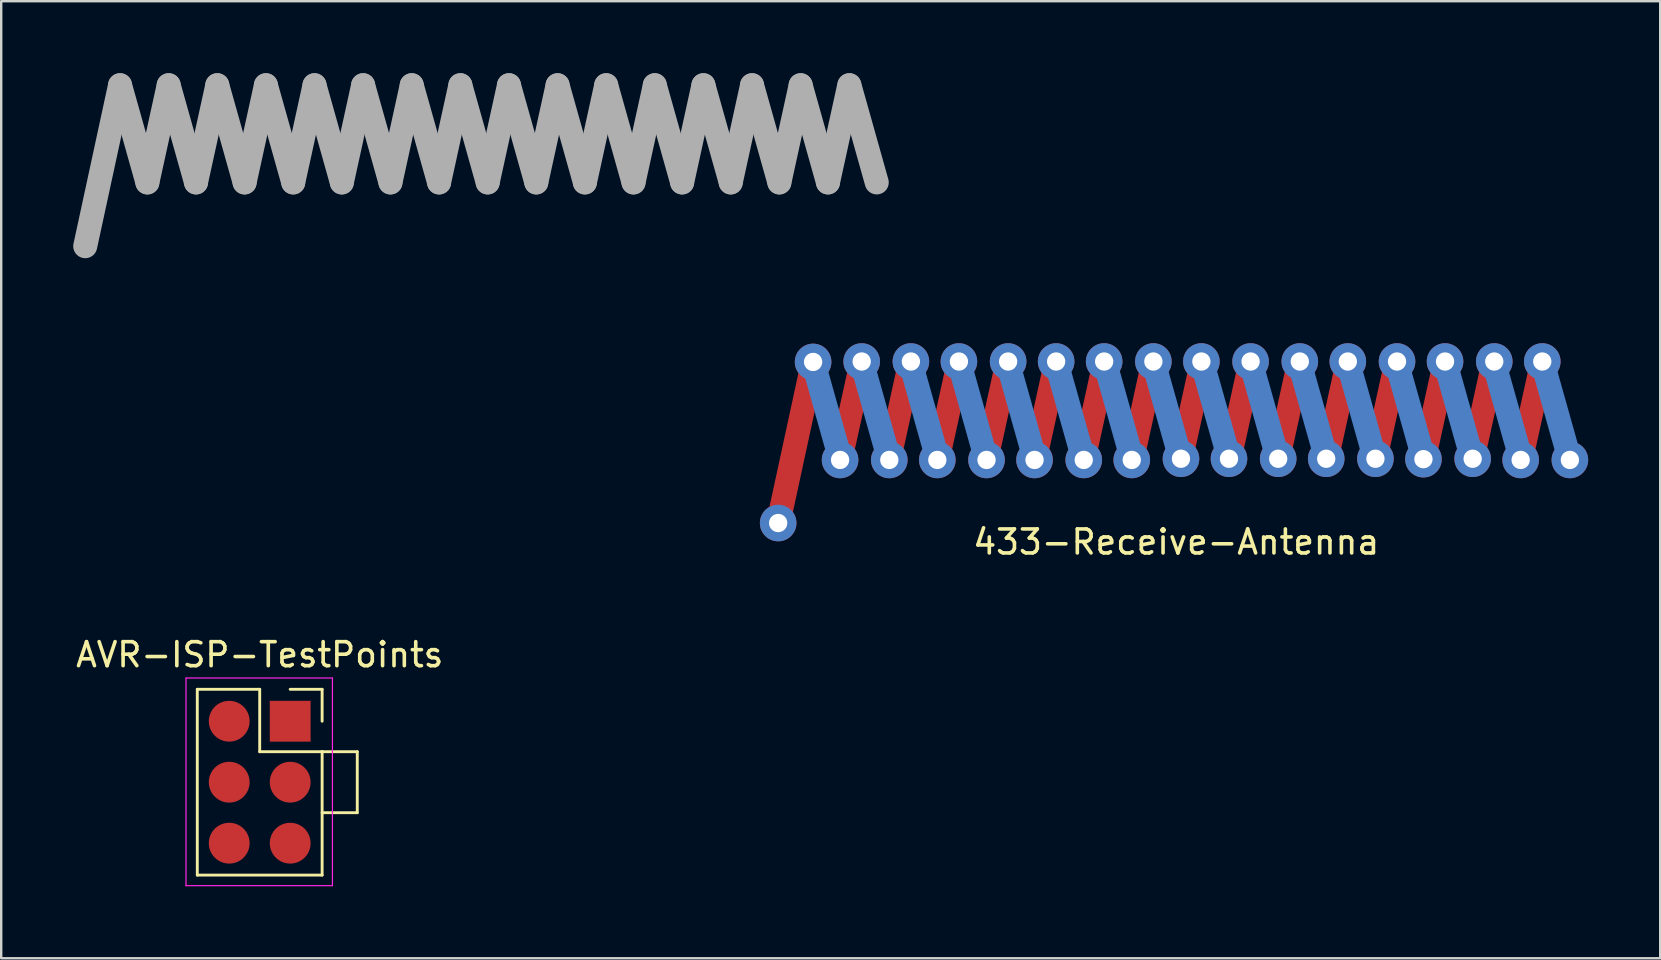
<source format=kicad_pcb>
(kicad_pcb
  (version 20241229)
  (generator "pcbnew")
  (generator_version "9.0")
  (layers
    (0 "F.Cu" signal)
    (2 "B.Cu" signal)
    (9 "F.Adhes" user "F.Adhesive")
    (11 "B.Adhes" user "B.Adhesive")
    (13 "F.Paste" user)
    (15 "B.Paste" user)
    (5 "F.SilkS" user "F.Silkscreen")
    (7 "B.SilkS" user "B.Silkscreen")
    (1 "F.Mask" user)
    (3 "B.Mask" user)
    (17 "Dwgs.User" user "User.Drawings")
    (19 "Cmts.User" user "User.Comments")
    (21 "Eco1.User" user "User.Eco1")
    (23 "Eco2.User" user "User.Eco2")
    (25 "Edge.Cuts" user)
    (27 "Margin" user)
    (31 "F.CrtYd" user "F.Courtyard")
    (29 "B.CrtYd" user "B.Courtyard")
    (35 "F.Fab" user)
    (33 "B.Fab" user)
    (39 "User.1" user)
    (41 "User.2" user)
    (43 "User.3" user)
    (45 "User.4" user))
  (footprint "AVR-ISP-TestPoints"
    (layer "F.Cu")
    (at 9.038 26.993)
    (property "Reference" "AVR-ISP-TestPoints" (at -1.27 -2.77 0) (layer "F.SilkS") (effects (font (size 1 1) (thickness 0.15))))
    (attr through_hole)
    (fp_line (start -3.87 -1.33) (end -3.87 6.41) (stroke (width 0.12) (type solid)) (layer "F.SilkS"))
    (fp_line (start -3.87 -1.33) (end -1.27 -1.33) (stroke (width 0.12) (type solid)) (layer "F.SilkS"))
    (fp_line (start -3.87 6.41) (end 1.33 6.41) (stroke (width 0.12) (type solid)) (layer "F.SilkS"))
    (fp_line (start -1.27 -1.33) (end -1.27 1.27) (stroke (width 0.12) (type solid)) (layer "F.SilkS"))
    (fp_line (start -1.27 1.27) (end 1.33 1.27) (stroke (width 0.12) (type solid)) (layer "F.SilkS"))
    (fp_line (start 0 -1.33) (end 1.33 -1.33) (stroke (width 0.12) (type solid)) (layer "F.SilkS"))
    (fp_line (start 1.33 -1.33) (end 1.33 0) (stroke (width 0.12) (type solid)) (layer "F.SilkS"))
    (fp_line (start 1.33 1.27) (end 1.33 6.41) (stroke (width 0.12) (type solid)) (layer "F.SilkS"))
    (fp_line (start 1.33 3.81) (end 2.794 3.81) (stroke (width 0.12) (type solid)) (layer "F.SilkS"))
    (fp_line (start 2.794 1.27) (end 1.33 1.27) (stroke (width 0.12) (type solid)) (layer "F.SilkS"))
    (fp_line (start 2.794 3.81) (end 2.794 1.27) (stroke (width 0.12) (type solid)) (layer "F.SilkS"))
    (fp_line (start -4.34 -1.8) (end 1.76 -1.8) (stroke (width 0.05) (type solid)) (layer "F.CrtYd"))
    (fp_line (start -4.34 6.85) (end -4.34 -1.8) (stroke (width 0.05) (type solid)) (layer "F.CrtYd"))
    (fp_line (start 1.76 -1.8) (end 1.76 6.85) (stroke (width 0.05) (type solid)) (layer "F.CrtYd"))
    (fp_line (start 1.76 6.85) (end -4.34 6.85) (stroke (width 0.05) (type solid)) (layer "F.CrtYd"))
    (pad "1" smd rect (at 0 0) (size 1.7 1.7) (layers "F.Cu" "F.Mask" "F.Paste"))
    (pad "2" smd oval (at -2.54 0) (size 1.7 1.7) (layers "F.Cu" "F.Mask" "F.Paste"))
    (pad "3" smd oval (at 0 2.54) (size 1.7 1.7) (layers "F.Cu" "F.Mask" "F.Paste"))
    (pad "4" smd oval (at -2.54 2.54) (size 1.7 1.7) (layers "F.Cu" "F.Mask" "F.Paste"))
    (pad "5" smd oval (at 0 5.08) (size 1.7 1.7) (layers "F.Cu" "F.Mask" "F.Paste"))
    (pad "6" smd oval (at -2.54 5.08) (size 1.7 1.7) (layers "F.Cu" "F.Mask" "F.Paste")))
  (footprint "433-Receive-Antenna"
    (layer "F.Cu")
    (at 29.345 18.827)
    (property "Reference" "433-Receive-Antenna" (at 16.6 0.7 0) (layer "F.SilkS") (effects (font (size 1 1) (thickness 0.15))))
    (attr through_hole)
    (fp_line (start 1.475 -6.8) (end 0.024 -0.095) (stroke (width 1) (type solid)) (layer "F.Cu"))
    (fp_line (start 2.613 -2.751) (end 3.501 -6.8) (stroke (width 1) (type solid)) (layer "F.Cu"))
    (fp_line (start 4.638 -2.751) (end 5.526 -6.8) (stroke (width 1) (type solid)) (layer "F.Cu"))
    (fp_line (start 6.663 -2.751) (end 7.551 -6.8) (stroke (width 1) (type solid)) (layer "F.Cu"))
    (fp_line (start 8.688 -2.751) (end 9.576 -6.8) (stroke (width 1) (type solid)) (layer "F.Cu"))
    (fp_line (start 10.713 -2.751) (end 11.601 -6.8) (stroke (width 1) (type solid)) (layer "F.Cu"))
    (fp_line (start 12.738 -2.751) (end 13.626 -6.8) (stroke (width 1) (type solid)) (layer "F.Cu"))
    (fp_line (start 14.763 -2.751) (end 15.651 -6.8) (stroke (width 1) (type solid)) (layer "F.Cu"))
    (fp_line (start 16.788 -2.751) (end 17.676 -6.8) (stroke (width 1) (type solid)) (layer "F.Cu"))
    (fp_line (start 18.813 -2.751) (end 19.701 -6.8) (stroke (width 1) (type solid)) (layer "F.Cu"))
    (fp_line (start 20.838 -2.751) (end 21.726 -6.8) (stroke (width 1) (type solid)) (layer "F.Cu"))
    (fp_line (start 22.863 -2.751) (end 23.751 -6.8) (stroke (width 1) (type solid)) (layer "F.Cu"))
    (fp_line (start 24.888 -2.751) (end 25.776 -6.8) (stroke (width 1) (type solid)) (layer "F.Cu"))
    (fp_line (start 26.913 -2.751) (end 27.801 -6.8) (stroke (width 1) (type solid)) (layer "F.Cu"))
    (fp_line (start 28.938 -2.751) (end 29.826 -6.8) (stroke (width 1) (type solid)) (layer "F.Cu"))
    (fp_line (start 30.963 -2.751) (end 31.851 -6.8) (stroke (width 1) (type solid)) (layer "F.Cu"))
    (fp_line (start 1.475 -6.8) (end 2.613 -2.751) (stroke (width 1) (type solid)) (layer "B.Cu"))
    (fp_line (start 3.5 -6.8) (end 4.638 -2.751) (stroke (width 1) (type solid)) (layer "B.Cu"))
    (fp_line (start 5.525 -6.8) (end 6.663 -2.751) (stroke (width 1) (type solid)) (layer "B.Cu"))
    (fp_line (start 7.55 -6.8) (end 8.688 -2.751) (stroke (width 1) (type solid)) (layer "B.Cu"))
    (fp_line (start 9.575 -6.8) (end 10.713 -2.751) (stroke (width 1) (type solid)) (layer "B.Cu"))
    (fp_line (start 11.6 -6.8) (end 12.738 -2.751) (stroke (width 1) (type solid)) (layer "B.Cu"))
    (fp_line (start 13.625 -6.8) (end 14.763 -2.751) (stroke (width 1) (type solid)) (layer "B.Cu"))
    (fp_line (start 15.65 -6.8) (end 16.788 -2.751) (stroke (width 1) (type solid)) (layer "B.Cu"))
    (fp_line (start 17.675 -6.8) (end 18.813 -2.751) (stroke (width 1) (type solid)) (layer "B.Cu"))
    (fp_line (start 19.7 -6.8) (end 20.838 -2.751) (stroke (width 1) (type solid)) (layer "B.Cu"))
    (fp_line (start 21.725 -6.8) (end 22.863 -2.751) (stroke (width 1) (type solid)) (layer "B.Cu"))
    (fp_line (start 23.75 -6.8) (end 24.888 -2.751) (stroke (width 1) (type solid)) (layer "B.Cu"))
    (fp_line (start 25.775 -6.8) (end 26.913 -2.751) (stroke (width 1) (type solid)) (layer "B.Cu"))
    (fp_line (start 27.8 -6.8) (end 28.938 -2.751) (stroke (width 1) (type solid)) (layer "B.Cu"))
    (fp_line (start 29.825 -6.8) (end 30.963 -2.751) (stroke (width 1) (type solid)) (layer "B.Cu"))
    (fp_line (start 31.852 -6.8) (end 32.99 -2.751) (stroke (width 1) (type solid)) (layer "B.Cu"))
    (fp_line (start -27.394 -18.327) (end -28.845 -11.622) (stroke (width 1) (type solid)) (layer "F.Fab"))
    (fp_line (start -27.394 -18.327) (end -26.256 -14.278) (stroke (width 1) (type solid)) (layer "F.Fab"))
    (fp_line (start -26.256 -14.278) (end -25.368 -18.327) (stroke (width 1) (type solid)) (layer "F.Fab"))
    (fp_line (start -25.369 -18.327) (end -24.231 -14.278) (stroke (width 1) (type solid)) (layer "F.Fab"))
    (fp_line (start -24.231 -14.278) (end -23.343 -18.327) (stroke (width 1) (type solid)) (layer "F.Fab"))
    (fp_line (start -23.344 -18.327) (end -22.206 -14.278) (stroke (width 1) (type solid)) (layer "F.Fab"))
    (fp_line (start -22.206 -14.278) (end -21.318 -18.327) (stroke (width 1) (type solid)) (layer "F.Fab"))
    (fp_line (start -21.319 -18.327) (end -20.181 -14.278) (stroke (width 1) (type solid)) (layer "F.Fab"))
    (fp_line (start -20.181 -14.278) (end -19.293 -18.327) (stroke (width 1) (type solid)) (layer "F.Fab"))
    (fp_line (start -19.294 -18.327) (end -18.156 -14.278) (stroke (width 1) (type solid)) (layer "F.Fab"))
    (fp_line (start -18.156 -14.278) (end -17.268 -18.327) (stroke (width 1) (type solid)) (layer "F.Fab"))
    (fp_line (start -17.269 -18.327) (end -16.131 -14.278) (stroke (width 1) (type solid)) (layer "F.Fab"))
    (fp_line (start -16.131 -14.278) (end -15.243 -18.327) (stroke (width 1) (type solid)) (layer "F.Fab"))
    (fp_line (start -15.244 -18.327) (end -14.106 -14.278) (stroke (width 1) (type solid)) (layer "F.Fab"))
    (fp_line (start -14.106 -14.278) (end -13.218 -18.327) (stroke (width 1) (type solid)) (layer "F.Fab"))
    (fp_line (start -13.219 -18.327) (end -12.081 -14.278) (stroke (width 1) (type solid)) (layer "F.Fab"))
    (fp_line (start -12.081 -14.278) (end -11.193 -18.327) (stroke (width 1) (type solid)) (layer "F.Fab"))
    (fp_line (start -11.194 -18.327) (end -10.056 -14.278) (stroke (width 1) (type solid)) (layer "F.Fab"))
    (fp_line (start -10.056 -14.278) (end -9.168 -18.327) (stroke (width 1) (type solid)) (layer "F.Fab"))
    (fp_line (start -9.169 -18.327) (end -8.031 -14.278) (stroke (width 1) (type solid)) (layer "F.Fab"))
    (fp_line (start -8.031 -14.278) (end -7.143 -18.327) (stroke (width 1) (type solid)) (layer "F.Fab"))
    (fp_line (start -7.144 -18.327) (end -6.006 -14.278) (stroke (width 1) (type solid)) (layer "F.Fab"))
    (fp_line (start -6.006 -14.278) (end -5.118 -18.327) (stroke (width 1) (type solid)) (layer "F.Fab"))
    (fp_line (start -5.119 -18.327) (end -3.981 -14.278) (stroke (width 1) (type solid)) (layer "F.Fab"))
    (fp_line (start -3.981 -14.278) (end -3.093 -18.327) (stroke (width 1) (type solid)) (layer "F.Fab"))
    (fp_line (start -3.094 -18.327) (end -1.956 -14.278) (stroke (width 1) (type solid)) (layer "F.Fab"))
    (fp_line (start -1.956 -14.278) (end -1.068 -18.327) (stroke (width 1) (type solid)) (layer "F.Fab"))
    (fp_line (start -1.069 -18.327) (end 0.069 -14.278) (stroke (width 1) (type solid)) (layer "F.Fab"))
    (fp_line (start 0.069 -14.278) (end 0.957 -18.327) (stroke (width 1) (type solid)) (layer "F.Fab"))
    (fp_line (start 0.956 -18.327) (end 2.094 -14.278) (stroke (width 1) (type solid)) (layer "F.Fab"))
    (fp_line (start 2.094 -14.278) (end 2.982 -18.327) (stroke (width 1) (type solid)) (layer "F.Fab"))
    (fp_line (start 2.988 -18.327) (end 4.126 -14.278) (stroke (width 1) (type solid)) (layer "F.Fab"))
    (pad "" thru_hole circle (at 1.475 -6.8) (size 1.524 1.524) (drill 0.762) (layers "*.Cu"))
    (pad "" thru_hole circle (at 2.599 -2.718) (size 1.524 1.524) (drill 0.762) (layers "*.Cu"))
    (pad "" thru_hole circle (at 3.499 -6.818) (size 1.524 1.524) (drill 0.762) (layers "*.Cu"))
    (pad "" thru_hole circle (at 4.649 -2.718) (size 1.524 1.524) (drill 0.762) (layers "*.Cu"))
    (pad "" thru_hole circle (at 5.549 -6.818) (size 1.524 1.524) (drill 0.762) (layers "*.Cu"))
    (pad "" thru_hole circle (at 6.649 -2.718) (size 1.524 1.524) (drill 0.762) (layers "*.Cu"))
    (pad "" thru_hole circle (at 7.549 -6.818) (size 1.524 1.524) (drill 0.762) (layers "*.Cu"))
    (pad "" thru_hole circle (at 8.699 -2.718) (size 1.524 1.524) (drill 0.762) (layers "*.Cu"))
    (pad "" thru_hole circle (at 9.599 -6.818) (size 1.524 1.524) (drill 0.762) (layers "*.Cu"))
    (pad "" thru_hole circle (at 10.699 -2.718) (size 1.524 1.524) (drill 0.762) (layers "*.Cu"))
    (pad "" thru_hole circle (at 11.599 -6.818) (size 1.524 1.524) (drill 0.762) (layers "*.Cu"))
    (pad "" thru_hole circle (at 12.749 -2.718) (size 1.524 1.524) (drill 0.762) (layers "*.Cu"))
    (pad "" thru_hole circle (at 13.599 -6.818) (size 1.524 1.524) (drill 0.762) (layers "*.Cu"))
    (pad "" thru_hole circle (at 14.749 -2.718) (size 1.524 1.524) (drill 0.762) (layers "*.Cu"))
    (pad "" thru_hole circle (at 15.649 -6.818) (size 1.524 1.524) (drill 0.762) (layers "*.Cu"))
    (pad "" thru_hole circle (at 16.799 -2.768) (size 1.524 1.524) (drill 0.762) (layers "*.Cu"))
    (pad "" thru_hole circle (at 17.649 -6.818) (size 1.524 1.524) (drill 0.762) (layers "*.Cu"))
    (pad "" thru_hole circle (at 18.799 -2.768) (size 1.524 1.524) (drill 0.762) (layers "*.Cu"))
    (pad "" thru_hole circle (at 19.699 -6.818) (size 1.524 1.524) (drill 0.762) (layers "*.Cu"))
    (pad "" thru_hole circle (at 20.849 -2.768) (size 1.524 1.524) (drill 0.762) (layers "*.Cu"))
    (pad "" thru_hole circle (at 21.749 -6.818) (size 1.524 1.524) (drill 0.762) (layers "*.Cu"))
    (pad "" thru_hole circle (at 22.849 -2.768) (size 1.524 1.524) (drill 0.762) (layers "*.Cu"))
    (pad "" thru_hole circle (at 23.749 -6.818) (size 1.524 1.524) (drill 0.762) (layers "*.Cu"))
    (pad "" thru_hole circle (at 24.899 -2.768) (size 1.524 1.524) (drill 0.762) (layers "*.Cu"))
    (pad "" thru_hole circle (at 25.799 -6.818) (size 1.524 1.524) (drill 0.762) (layers "*.Cu"))
    (pad "" thru_hole circle (at 26.899 -2.75) (size 1.524 1.524) (drill 0.762) (layers "*.Cu"))
    (pad "" thru_hole circle (at 27.799 -6.818) (size 1.524 1.524) (drill 0.762) (layers "*.Cu"))
    (pad "" thru_hole circle (at 28.949 -2.768) (size 1.524 1.524) (drill 0.762) (layers "*.Cu"))
    (pad "" thru_hole circle (at 29.849 -6.818) (size 1.524 1.524) (drill 0.762) (layers "*.Cu"))
    (pad "" thru_hole circle (at 30.949 -2.718) (size 1.524 1.524) (drill 0.762) (layers "*.Cu"))
    (pad "" thru_hole circle (at 31.849 -6.818) (size 1.524 1.524) (drill 0.762) (layers "*.Cu"))
    (pad "1" thru_hole circle (at 0.02 -0.09) (size 1.524 1.524) (drill 0.762) (layers "*.Cu" "*.Mask"))
    (pad "2" thru_hole circle (at 32.999 -2.718) (size 1.524 1.524) (drill 0.762) (layers "*.Cu" "*.Mask")))
  (gr_rect
    (start -3 -3)
    (end 66.106 36.868)
    (stroke (width 0.1) (type default))
    (fill no)
    (layer "Edge.Cuts")))
</source>
